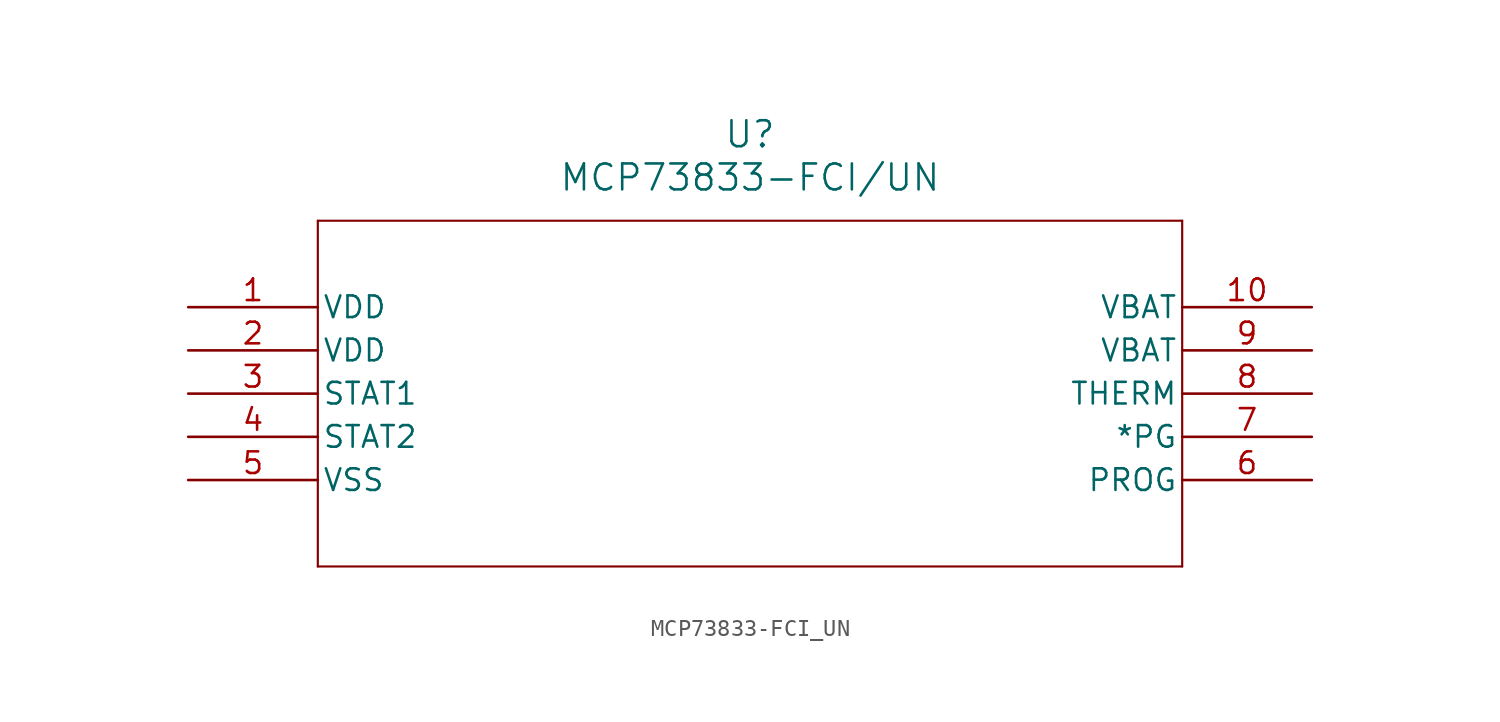
<source format=kicad_sym>
(kicad_symbol_lib
  (version 20211014)
  (generator kicad_symbol_editor)
  (symbol "MCP73833-FCI_UN"
    (pin_names
      (offset 0.254))
    (property "Reference" "U"
      (at 33.02 10.16 0)
      (effects (font (size 1.524 1.524))))
    (property "Value" "MCP73833-FCI/UN"
      (at 33.02 7.62 0)
      (effects (font (size 1.524 1.524))))
    (symbol "MCP73833-FCI_UN_0_1"
      (polyline (pts (xy 7.62 5.08) (xy 7.62 -15.24)) (stroke (width 0.127) (type default) (color 0 0 0 0)) (fill (type none)))
      (polyline (pts (xy 7.62 -15.24) (xy 58.42 -15.24)) (stroke (width 0.127) (type default) (color 0 0 0 0)) (fill (type none)))
      (polyline (pts (xy 58.42 -15.24) (xy 58.42 5.08)) (stroke (width 0.127) (type default) (color 0 0 0 0)) (fill (type none)))
      (polyline (pts (xy 58.42 5.08) (xy 7.62 5.08)) (stroke (width 0.127) (type default) (color 0 0 0 0)) (fill (type none)))
      (pin unspecified line (at 0 0 0) (length 7.62) (name "VDD" (effects (font (size 1.27 1.27)))) (number "1" (effects (font (size 1.27 1.27)))))
      (pin unspecified line (at 0 -2.54 0) (length 7.62) (name "VDD" (effects (font (size 1.27 1.27)))) (number "2" (effects (font (size 1.27 1.27)))))
      (pin unspecified line (at 0 -5.08 0) (length 7.62) (name "STAT1" (effects (font (size 1.27 1.27)))) (number "3" (effects (font (size 1.27 1.27)))))
      (pin unspecified line (at 0 -7.62 0) (length 7.62) (name "STAT2" (effects (font (size 1.27 1.27)))) (number "4" (effects (font (size 1.27 1.27)))))
      (pin unspecified line (at 0 -10.16 0) (length 7.62) (name "VSS" (effects (font (size 1.27 1.27)))) (number "5" (effects (font (size 1.27 1.27)))))
      (pin unspecified line (at 66.04 -10.16 180) (length 7.62) (name "PROG" (effects (font (size 1.27 1.27)))) (number "6" (effects (font (size 1.27 1.27)))))
      (pin unspecified line (at 66.04 -7.62 180) (length 7.62) (name "*PG" (effects (font (size 1.27 1.27)))) (number "7" (effects (font (size 1.27 1.27)))))
      (pin unspecified line (at 66.04 -5.08 180) (length 7.62) (name "THERM" (effects (font (size 1.27 1.27)))) (number "8" (effects (font (size 1.27 1.27)))))
      (pin unspecified line (at 66.04 -2.54 180) (length 7.62) (name "VBAT" (effects (font (size 1.27 1.27)))) (number "9" (effects (font (size 1.27 1.27)))))
      (pin unspecified line (at 66.04 0 180) (length 7.62) (name "VBAT" (effects (font (size 1.27 1.27)))) (number "10" (effects (font (size 1.27 1.27))))))))
</source>
